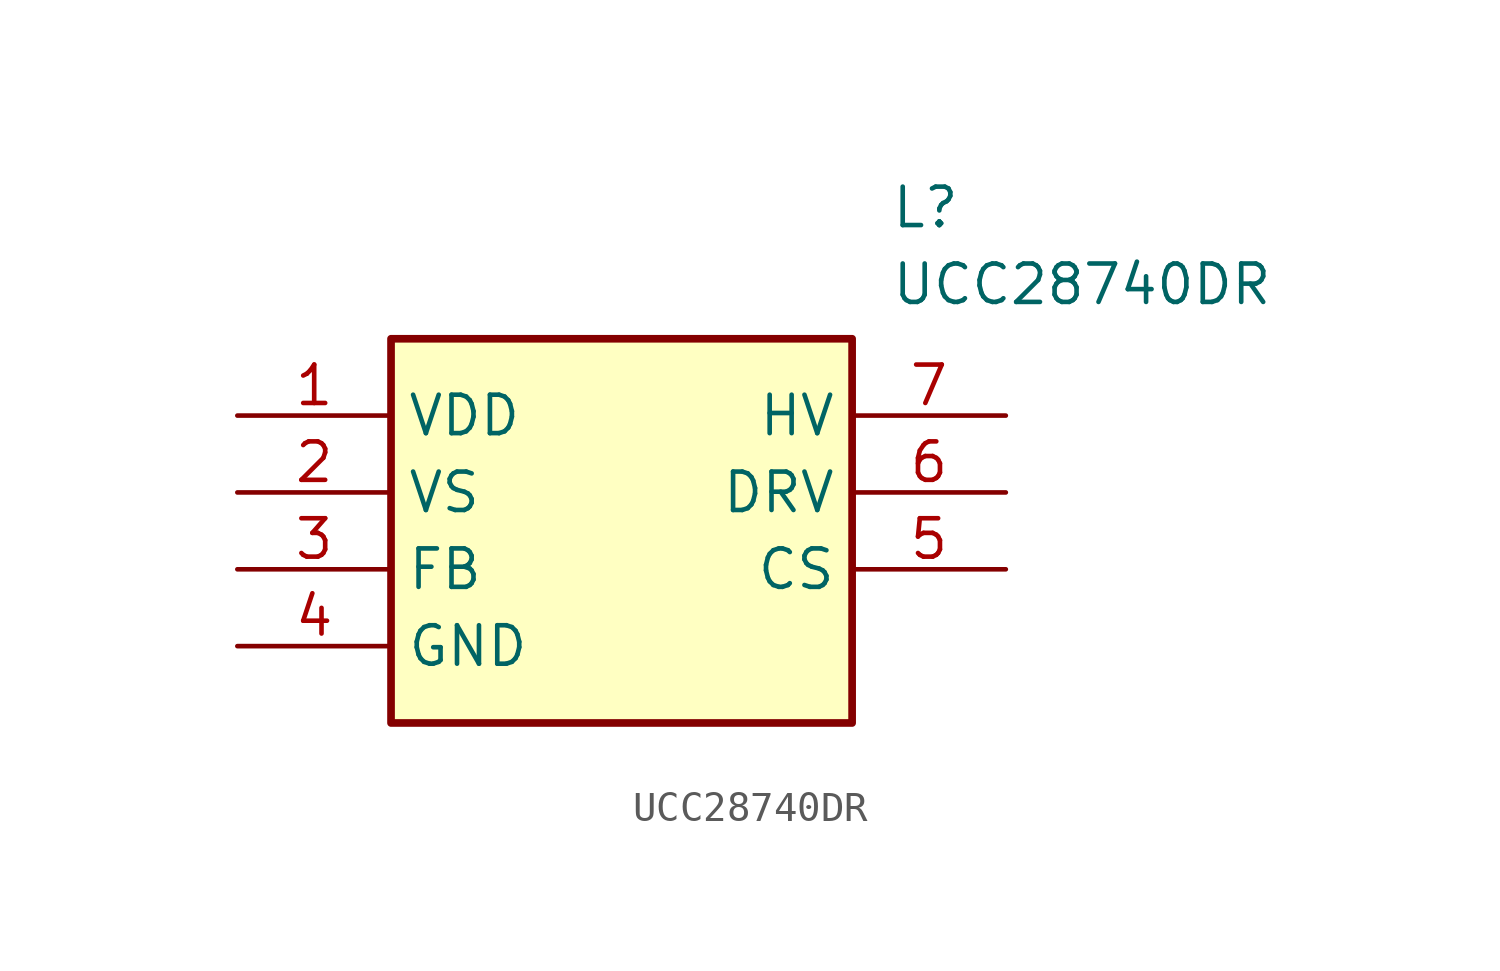
<source format=kicad_sym>
(kicad_symbol_lib
  (version 20211014)
  (generator SamacSys_ECAD_Model)
  (symbol "UCC28740DR"
    (property "Reference" "L"
      (at 21.59 7.62 0)
      (effects (font (size 1.27 1.27)) (justify left top)))
    (property "Value" "UCC28740DR"
      (at 21.59 5.08 0)
      (effects (font (size 1.27 1.27)) (justify left top)))
    (rectangle
      (start 5.08 2.54)
      (end 20.32 -10.16)
      (stroke (width 0.254) (type default))
      (fill (type background)))
    (pin passive line
      (at 0 0 0)
      (length 5.08)
      (name "VDD" (effects (font (size 1.27 1.27))))
      (number "1" (effects (font (size 1.27 1.27)))))
    (pin passive line
      (at 0 -2.54 0)
      (length 5.08)
      (name "VS" (effects (font (size 1.27 1.27))))
      (number "2" (effects (font (size 1.27 1.27)))))
    (pin passive line
      (at 0 -5.08 0)
      (length 5.08)
      (name "FB" (effects (font (size 1.27 1.27))))
      (number "3" (effects (font (size 1.27 1.27)))))
    (pin passive line
      (at 0 -7.62 0)
      (length 5.08)
      (name "GND" (effects (font (size 1.27 1.27))))
      (number "4" (effects (font (size 1.27 1.27)))))
    (pin passive line
      (at 25.4 -5.08 180)
      (length 5.08)
      (name "CS" (effects (font (size 1.27 1.27))))
      (number "5" (effects (font (size 1.27 1.27)))))
    (pin passive line
      (at 25.4 -2.54 180)
      (length 5.08)
      (name "DRV" (effects (font (size 1.27 1.27))))
      (number "6" (effects (font (size 1.27 1.27)))))
    (pin passive line
      (at 25.4 0 180)
      (length 5.08)
      (name "HV" (effects (font (size 1.27 1.27))))
      (number "7" (effects (font (size 1.27 1.27)))))))
</source>
